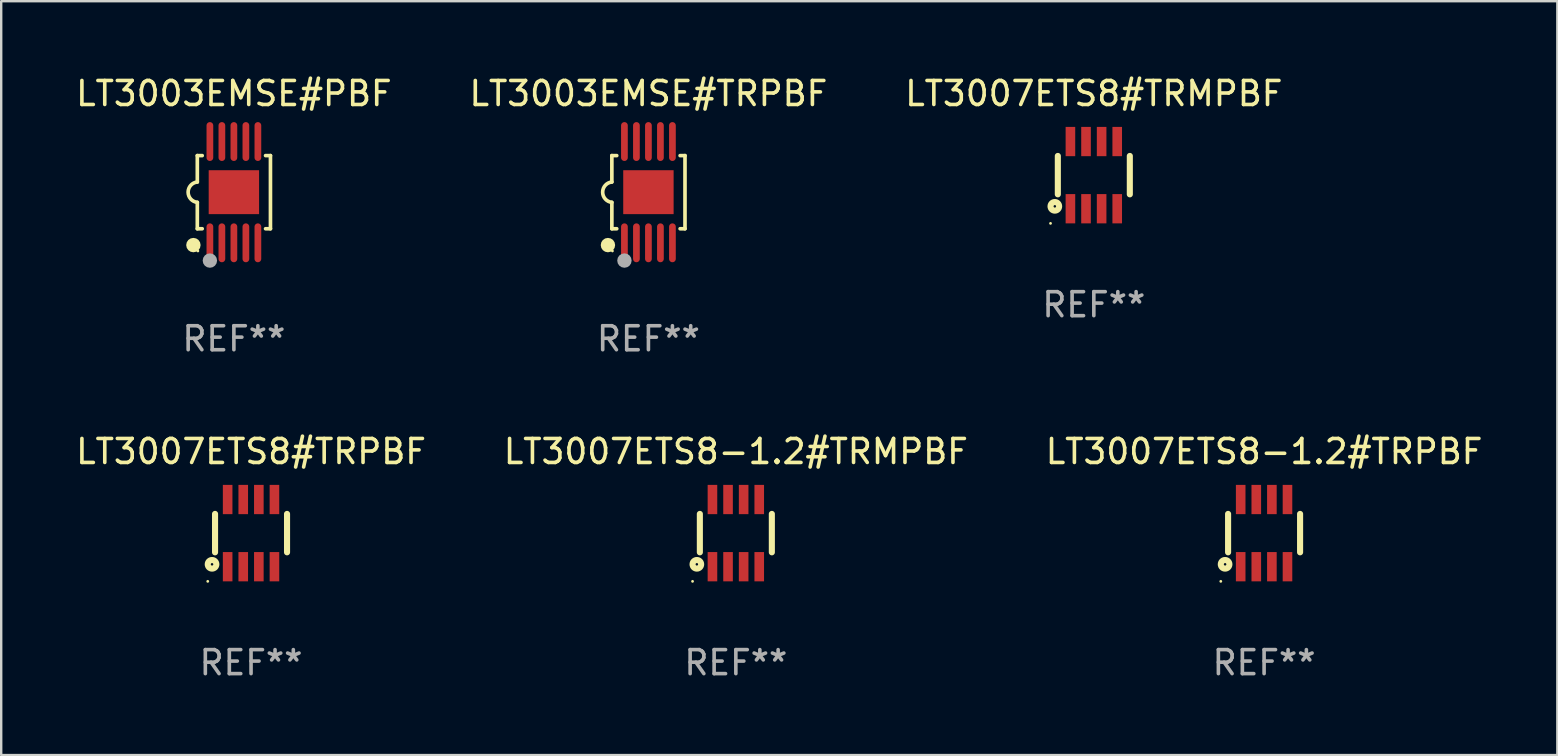
<source format=kicad_pcb>
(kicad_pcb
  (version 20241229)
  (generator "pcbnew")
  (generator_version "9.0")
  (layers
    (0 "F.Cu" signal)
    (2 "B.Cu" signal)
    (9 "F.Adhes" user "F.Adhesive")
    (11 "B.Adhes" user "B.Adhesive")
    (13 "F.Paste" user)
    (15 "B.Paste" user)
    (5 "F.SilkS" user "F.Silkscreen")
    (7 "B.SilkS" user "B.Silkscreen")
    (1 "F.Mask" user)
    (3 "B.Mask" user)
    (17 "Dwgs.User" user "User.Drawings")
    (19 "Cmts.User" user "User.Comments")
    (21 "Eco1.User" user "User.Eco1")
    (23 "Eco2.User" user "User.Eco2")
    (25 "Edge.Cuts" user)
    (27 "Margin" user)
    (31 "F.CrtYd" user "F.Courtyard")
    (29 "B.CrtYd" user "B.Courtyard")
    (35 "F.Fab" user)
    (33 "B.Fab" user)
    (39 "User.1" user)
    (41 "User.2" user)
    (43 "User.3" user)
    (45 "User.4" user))
  (footprint "LT3007ETS8#TRPBF"
    (layer "F.Cu")
    (at 7.411 19.165)
    (property "Reference" "LT3007ETS8#TRPBF" (at 0 -3.4 0) (layer "F.SilkS") (effects (font (size 1 1) (thickness 0.15))))
    (attr through_hole)
    (fp_line (start -1.5 0.8) (end -1.5 -0.8) (stroke (width 0.254) (type solid)) (layer "F.SilkS"))
    (fp_line (start 1.5 -0.8) (end 1.5 0.8) (stroke (width 0.254) (type solid)) (layer "F.SilkS"))
    (fp_circle (center -1.804 2.01) (end -1.774 2.01) (stroke (width 0.06) (type solid)) (fill no) (layer "F.SilkS"))
    (fp_circle (center -1.625 1.3) (end -1.573 1.3) (stroke (width 0.254) (type solid)) (fill no) (layer "F.SilkS"))
    (fp_text user "REF**" (at 0 5.4 0) (layer "F.Fab") (effects (font (size 1 1) (thickness 0.15))))
    (pad "1" smd rect (at -0.975 1.4 180) (size 0.4 1.22) (layers "F.Cu" "F.Mask" "F.Paste"))
    (pad "2" smd rect (at -0.325 1.4 180) (size 0.4 1.22) (layers "F.Cu" "F.Mask" "F.Paste"))
    (pad "3" smd rect (at 0.325 1.4 180) (size 0.4 1.22) (layers "F.Cu" "F.Mask" "F.Paste"))
    (pad "4" smd rect (at 0.975 1.4 180) (size 0.4 1.22) (layers "F.Cu" "F.Mask" "F.Paste"))
    (pad "5" smd rect (at 0.975 -1.4 180) (size 0.4 1.22) (layers "F.Cu" "F.Mask" "F.Paste"))
    (pad "6" smd rect (at 0.325 -1.4 180) (size 0.4 1.22) (layers "F.Cu" "F.Mask" "F.Paste"))
    (pad "7" smd rect (at -0.325 -1.4 180) (size 0.4 1.22) (layers "F.Cu" "F.Mask" "F.Paste"))
    (pad "8" smd rect (at -0.975 -1.4 180) (size 0.4 1.22) (layers "F.Cu" "F.Mask" "F.Paste")))
  (footprint "LT3007ETS8-1.2#TRPBF"
    (layer "F.Cu")
    (at 49.625 19.165)
    (property "Reference" "LT3007ETS8-1.2#TRPBF" (at 0 -3.4 0) (layer "F.SilkS") (effects (font (size 1 1) (thickness 0.15))))
    (attr through_hole)
    (fp_line (start -1.5 0.8) (end -1.5 -0.8) (stroke (width 0.254) (type solid)) (layer "F.SilkS"))
    (fp_line (start 1.5 -0.8) (end 1.5 0.8) (stroke (width 0.254) (type solid)) (layer "F.SilkS"))
    (fp_circle (center -1.804 2.01) (end -1.774 2.01) (stroke (width 0.06) (type solid)) (fill no) (layer "F.SilkS"))
    (fp_circle (center -1.625 1.3) (end -1.573 1.3) (stroke (width 0.254) (type solid)) (fill no) (layer "F.SilkS"))
    (fp_text user "REF**" (at 0 5.4 0) (layer "F.Fab") (effects (font (size 1 1) (thickness 0.15))))
    (pad "1" smd rect (at -0.975 1.4 180) (size 0.4 1.22) (layers "F.Cu" "F.Mask" "F.Paste"))
    (pad "2" smd rect (at -0.325 1.4 180) (size 0.4 1.22) (layers "F.Cu" "F.Mask" "F.Paste"))
    (pad "3" smd rect (at 0.325 1.4 180) (size 0.4 1.22) (layers "F.Cu" "F.Mask" "F.Paste"))
    (pad "4" smd rect (at 0.975 1.4 180) (size 0.4 1.22) (layers "F.Cu" "F.Mask" "F.Paste"))
    (pad "5" smd rect (at 0.975 -1.4 180) (size 0.4 1.22) (layers "F.Cu" "F.Mask" "F.Paste"))
    (pad "6" smd rect (at 0.325 -1.4 180) (size 0.4 1.22) (layers "F.Cu" "F.Mask" "F.Paste"))
    (pad "7" smd rect (at -0.325 -1.4 180) (size 0.4 1.22) (layers "F.Cu" "F.Mask" "F.Paste"))
    (pad "8" smd rect (at -0.975 -1.4 180) (size 0.4 1.22) (layers "F.Cu" "F.Mask" "F.Paste")))
  (footprint "LT3007ETS8#TRMPBF"
    (layer "F.Cu")
    (at 42.53 4.248)
    (property "Reference" "LT3007ETS8#TRMPBF" (at 0 -3.4 0) (layer "F.SilkS") (effects (font (size 1 1) (thickness 0.15))))
    (attr through_hole)
    (fp_line (start -1.5 0.8) (end -1.5 -0.8) (stroke (width 0.254) (type solid)) (layer "F.SilkS"))
    (fp_line (start 1.5 -0.8) (end 1.5 0.8) (stroke (width 0.254) (type solid)) (layer "F.SilkS"))
    (fp_circle (center -1.804 2.01) (end -1.774 2.01) (stroke (width 0.06) (type solid)) (fill no) (layer "F.SilkS"))
    (fp_circle (center -1.625 1.3) (end -1.573 1.3) (stroke (width 0.254) (type solid)) (fill no) (layer "F.SilkS"))
    (fp_text user "REF**" (at 0 5.4 0) (layer "F.Fab") (effects (font (size 1 1) (thickness 0.15))))
    (pad "1" smd rect (at -0.975 1.4 180) (size 0.4 1.22) (layers "F.Cu" "F.Mask" "F.Paste"))
    (pad "2" smd rect (at -0.325 1.4 180) (size 0.4 1.22) (layers "F.Cu" "F.Mask" "F.Paste"))
    (pad "3" smd rect (at 0.325 1.4 180) (size 0.4 1.22) (layers "F.Cu" "F.Mask" "F.Paste"))
    (pad "4" smd rect (at 0.975 1.4 180) (size 0.4 1.22) (layers "F.Cu" "F.Mask" "F.Paste"))
    (pad "5" smd rect (at 0.975 -1.4 180) (size 0.4 1.22) (layers "F.Cu" "F.Mask" "F.Paste"))
    (pad "6" smd rect (at 0.325 -1.4 180) (size 0.4 1.22) (layers "F.Cu" "F.Mask" "F.Paste"))
    (pad "7" smd rect (at -0.325 -1.4 180) (size 0.4 1.22) (layers "F.Cu" "F.Mask" "F.Paste"))
    (pad "8" smd rect (at -0.975 -1.4 180) (size 0.4 1.22) (layers "F.Cu" "F.Mask" "F.Paste")))
  (footprint "LT3007ETS8-1.2#TRMPBF"
    (layer "F.Cu")
    (at 27.613 19.165)
    (property "Reference" "LT3007ETS8-1.2#TRMPBF" (at 0 -3.4 0) (layer "F.SilkS") (effects (font (size 1 1) (thickness 0.15))))
    (attr through_hole)
    (fp_line (start -1.5 0.8) (end -1.5 -0.8) (stroke (width 0.254) (type solid)) (layer "F.SilkS"))
    (fp_line (start 1.5 -0.8) (end 1.5 0.8) (stroke (width 0.254) (type solid)) (layer "F.SilkS"))
    (fp_circle (center -1.804 2.01) (end -1.774 2.01) (stroke (width 0.06) (type solid)) (fill no) (layer "F.SilkS"))
    (fp_circle (center -1.625 1.3) (end -1.573 1.3) (stroke (width 0.254) (type solid)) (fill no) (layer "F.SilkS"))
    (fp_text user "REF**" (at 0 5.4 0) (layer "F.Fab") (effects (font (size 1 1) (thickness 0.15))))
    (pad "1" smd rect (at -0.975 1.4 180) (size 0.4 1.22) (layers "F.Cu" "F.Mask" "F.Paste"))
    (pad "2" smd rect (at -0.325 1.4 180) (size 0.4 1.22) (layers "F.Cu" "F.Mask" "F.Paste"))
    (pad "3" smd rect (at 0.325 1.4 180) (size 0.4 1.22) (layers "F.Cu" "F.Mask" "F.Paste"))
    (pad "4" smd rect (at 0.975 1.4 180) (size 0.4 1.22) (layers "F.Cu" "F.Mask" "F.Paste"))
    (pad "5" smd rect (at 0.975 -1.4 180) (size 0.4 1.22) (layers "F.Cu" "F.Mask" "F.Paste"))
    (pad "6" smd rect (at 0.325 -1.4 180) (size 0.4 1.22) (layers "F.Cu" "F.Mask" "F.Paste"))
    (pad "7" smd rect (at -0.325 -1.4 180) (size 0.4 1.22) (layers "F.Cu" "F.Mask" "F.Paste"))
    (pad "8" smd rect (at -0.975 -1.4 180) (size 0.4 1.22) (layers "F.Cu" "F.Mask" "F.Paste")))
  (footprint "LT3003EMSE#TRPBF"
    (layer "F.Cu")
    (at 23.97 4.958)
    (property "Reference" "LT3003EMSE#TRPBF" (at 0 -4.11 0) (layer "F.SilkS") (effects (font (size 1 1) (thickness 0.15))))
    (attr through_hole)
    (fp_line (start -1.524 -1.524) (end -1.524 -0.424) (stroke (width 0.152) (type solid)) (layer "F.SilkS"))
    (fp_line (start -1.524 1.524) (end -1.524 0.424) (stroke (width 0.152) (type solid)) (layer "F.SilkS"))
    (fp_line (start -1.524 1.524) (end -1.32 1.524) (stroke (width 0.152) (type solid)) (layer "F.SilkS"))
    (fp_line (start -1.32 -1.524) (end -1.524 -1.524) (stroke (width 0.152) (type solid)) (layer "F.SilkS"))
    (fp_line (start 1.32 1.524) (end 1.524 1.524) (stroke (width 0.152) (type solid)) (layer "F.SilkS"))
    (fp_line (start 1.524 -1.524) (end 1.32 -1.524) (stroke (width 0.152) (type solid)) (layer "F.SilkS"))
    (fp_line (start 1.524 1.524) (end 1.524 -1.524) (stroke (width 0.152) (type solid)) (layer "F.SilkS"))
    (fp_arc (start -1.524003 0.424003) (mid -1.906663 -0.000089) (end -1.524004 -0.424181) (stroke (width 0.151994) (type solid)) (layer "F.SilkS"))
    (fp_circle (center -1.687 2.205) (end -1.537 2.205) (stroke (width 0.3) (type solid)) (fill no) (layer "F.SilkS"))
    (fp_circle (center -1.5 2.45) (end -1.47 2.45) (stroke (width 0.06) (type solid)) (fill no) (layer "F.SilkS"))
    (fp_circle (center -1 2.85) (end -0.85 2.85) (stroke (width 0.3) (type solid)) (fill no) (layer "F.Fab"))
    (fp_text user "REF**" (at 0 6.11 0) (layer "F.Fab") (effects (font (size 1 1) (thickness 0.15))))
    (pad "1" smd oval (at -1 2.11) (size 0.28 1.62) (layers "F.Cu" "F.Mask" "F.Paste"))
    (pad "2" smd oval (at -0.5 2.11) (size 0.28 1.62) (layers "F.Cu" "F.Mask" "F.Paste"))
    (pad "3" smd oval (at 0 2.11) (size 0.28 1.62) (layers "F.Cu" "F.Mask" "F.Paste"))
    (pad "4" smd oval (at 0.5 2.11) (size 0.28 1.62) (layers "F.Cu" "F.Mask" "F.Paste"))
    (pad "5" smd oval (at 1 2.11) (size 0.28 1.62) (layers "F.Cu" "F.Mask" "F.Paste"))
    (pad "6" smd oval (at 1 -2.11) (size 0.28 1.62) (layers "F.Cu" "F.Mask" "F.Paste"))
    (pad "7" smd oval (at 0.5 -2.11) (size 0.28 1.62) (layers "F.Cu" "F.Mask" "F.Paste"))
    (pad "8" smd oval (at 0 -2.11) (size 0.28 1.62) (layers "F.Cu" "F.Mask" "F.Paste"))
    (pad "9" smd oval (at -0.5 -2.11) (size 0.28 1.62) (layers "F.Cu" "F.Mask" "F.Paste"))
    (pad "10" smd oval (at -1 -2.11) (size 0.28 1.62) (layers "F.Cu" "F.Mask" "F.Paste"))
    (pad "11" smd rect (at 0 0) (size 2.1 1.83) (layers "F.Cu" "F.Mask" "F.Paste")))
  (footprint "LT3003EMSE#PBF"
    (layer "F.Cu")
    (at 6.696 4.958)
    (property "Reference" "LT3003EMSE#PBF" (at 0 -4.11 0) (layer "F.SilkS") (effects (font (size 1 1) (thickness 0.15))))
    (attr through_hole)
    (fp_line (start -1.524 -1.524) (end -1.524 -0.424) (stroke (width 0.152) (type solid)) (layer "F.SilkS"))
    (fp_line (start -1.524 1.524) (end -1.524 0.424) (stroke (width 0.152) (type solid)) (layer "F.SilkS"))
    (fp_line (start -1.524 1.524) (end -1.32 1.524) (stroke (width 0.152) (type solid)) (layer "F.SilkS"))
    (fp_line (start -1.32 -1.524) (end -1.524 -1.524) (stroke (width 0.152) (type solid)) (layer "F.SilkS"))
    (fp_line (start 1.32 1.524) (end 1.524 1.524) (stroke (width 0.152) (type solid)) (layer "F.SilkS"))
    (fp_line (start 1.524 -1.524) (end 1.32 -1.524) (stroke (width 0.152) (type solid)) (layer "F.SilkS"))
    (fp_line (start 1.524 1.524) (end 1.524 -1.524) (stroke (width 0.152) (type solid)) (layer "F.SilkS"))
    (fp_arc (start -1.524003 0.424003) (mid -1.906663 -0.000089) (end -1.524004 -0.424181) (stroke (width 0.151994) (type solid)) (layer "F.SilkS"))
    (fp_circle (center -1.687 2.205) (end -1.537 2.205) (stroke (width 0.3) (type solid)) (fill no) (layer "F.SilkS"))
    (fp_circle (center -1.5 2.45) (end -1.47 2.45) (stroke (width 0.06) (type solid)) (fill no) (layer "F.SilkS"))
    (fp_circle (center -1 2.85) (end -0.85 2.85) (stroke (width 0.3) (type solid)) (fill no) (layer "F.Fab"))
    (fp_text user "REF**" (at 0 6.11 0) (layer "F.Fab") (effects (font (size 1 1) (thickness 0.15))))
    (pad "1" smd oval (at -1 2.11) (size 0.28 1.62) (layers "F.Cu" "F.Mask" "F.Paste"))
    (pad "2" smd oval (at -0.5 2.11) (size 0.28 1.62) (layers "F.Cu" "F.Mask" "F.Paste"))
    (pad "3" smd oval (at 0 2.11) (size 0.28 1.62) (layers "F.Cu" "F.Mask" "F.Paste"))
    (pad "4" smd oval (at 0.5 2.11) (size 0.28 1.62) (layers "F.Cu" "F.Mask" "F.Paste"))
    (pad "5" smd oval (at 1 2.11) (size 0.28 1.62) (layers "F.Cu" "F.Mask" "F.Paste"))
    (pad "6" smd oval (at 1 -2.11) (size 0.28 1.62) (layers "F.Cu" "F.Mask" "F.Paste"))
    (pad "7" smd oval (at 0.5 -2.11) (size 0.28 1.62) (layers "F.Cu" "F.Mask" "F.Paste"))
    (pad "8" smd oval (at 0 -2.11) (size 0.28 1.62) (layers "F.Cu" "F.Mask" "F.Paste"))
    (pad "9" smd oval (at -0.5 -2.11) (size 0.28 1.62) (layers "F.Cu" "F.Mask" "F.Paste"))
    (pad "10" smd oval (at -1 -2.11) (size 0.28 1.62) (layers "F.Cu" "F.Mask" "F.Paste"))
    (pad "11" smd rect (at 0 0) (size 2.1 1.83) (layers "F.Cu" "F.Mask" "F.Paste")))
  (gr_rect
    (start -3 -3)
    (end 61.845 28.413)
    (stroke (width 0.1) (type default))
    (fill no)
    (layer "Edge.Cuts")))
</source>
